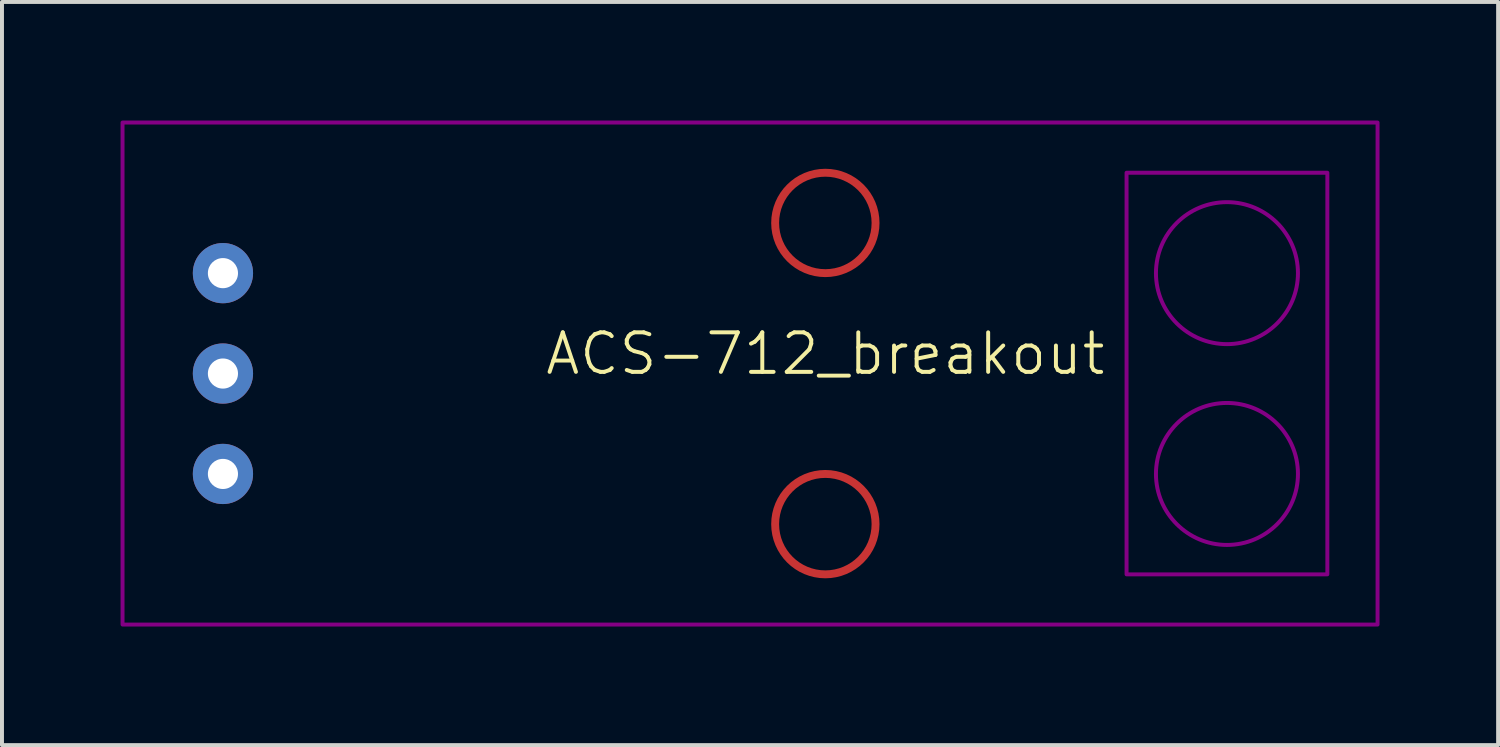
<source format=kicad_pcb>
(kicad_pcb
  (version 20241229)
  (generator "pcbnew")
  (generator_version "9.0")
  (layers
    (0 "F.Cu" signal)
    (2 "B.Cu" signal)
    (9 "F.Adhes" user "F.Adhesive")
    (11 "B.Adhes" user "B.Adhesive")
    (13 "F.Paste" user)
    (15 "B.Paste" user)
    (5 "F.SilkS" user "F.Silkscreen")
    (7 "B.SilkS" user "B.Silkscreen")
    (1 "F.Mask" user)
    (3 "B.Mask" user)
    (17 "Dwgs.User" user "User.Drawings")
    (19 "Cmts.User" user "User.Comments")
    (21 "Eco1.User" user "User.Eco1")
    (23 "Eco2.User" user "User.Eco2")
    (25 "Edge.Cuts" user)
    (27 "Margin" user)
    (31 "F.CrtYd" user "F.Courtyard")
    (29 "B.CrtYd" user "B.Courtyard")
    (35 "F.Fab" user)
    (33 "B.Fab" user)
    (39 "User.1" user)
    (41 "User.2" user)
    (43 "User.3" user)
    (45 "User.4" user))
  (footprint "ACS-712_breakout"
    (layer "F.Cu")
    (at 17.83 6.4)
    (property "Reference" "ACS-712_breakout" (at 0 -0.5 0) (unlocked yes) (layer "F.SilkS") (effects (font (size 1 1) (thickness 0.1))))
    (attr through_hole)
    (fp_circle (center 0 -3.81) (end 1.27 -3.81) (stroke (width 0.2) (type default)) (fill no) (layer "F.Cu"))
    (fp_circle (center 0 3.81) (end 0 2.54) (stroke (width 0.2) (type default)) (fill no) (layer "F.Cu"))
    (fp_rect (start -17.78 -6.35) (end 13.97 6.35) (stroke (width 0.1) (type default)) (fill no) (layer "F.Adhes"))
    (fp_rect (start 7.62 -5.08) (end 12.7 5.08) (stroke (width 0.1) (type default)) (fill no) (layer "F.Adhes"))
    (fp_circle (center 10.16 -2.54) (end 11.43 -3.81) (stroke (width 0.1) (type default)) (fill no) (layer "F.Adhes"))
    (fp_circle (center 10.16 2.54) (end 11.43 1.27) (stroke (width 0.1) (type default)) (fill no) (layer "F.Adhes"))
    (pad "1" thru_hole circle (at -15.24 -2.54) (size 1.524 1.524) (drill 0.762) (layers "*.Cu" "*.Mask"))
    (pad "2" thru_hole circle (at -15.24 0) (size 1.524 1.524) (drill 0.762) (layers "*.Cu" "*.Mask"))
    (pad "3" thru_hole circle (at -15.24 2.54) (size 1.524 1.524) (drill 0.762) (layers "*.Cu" "*.Mask")))
  (gr_rect
    (start -3 -3)
    (end 34.85 15.8)
    (stroke (width 0.1) (type default))
    (fill no)
    (layer "Edge.Cuts")))
</source>
